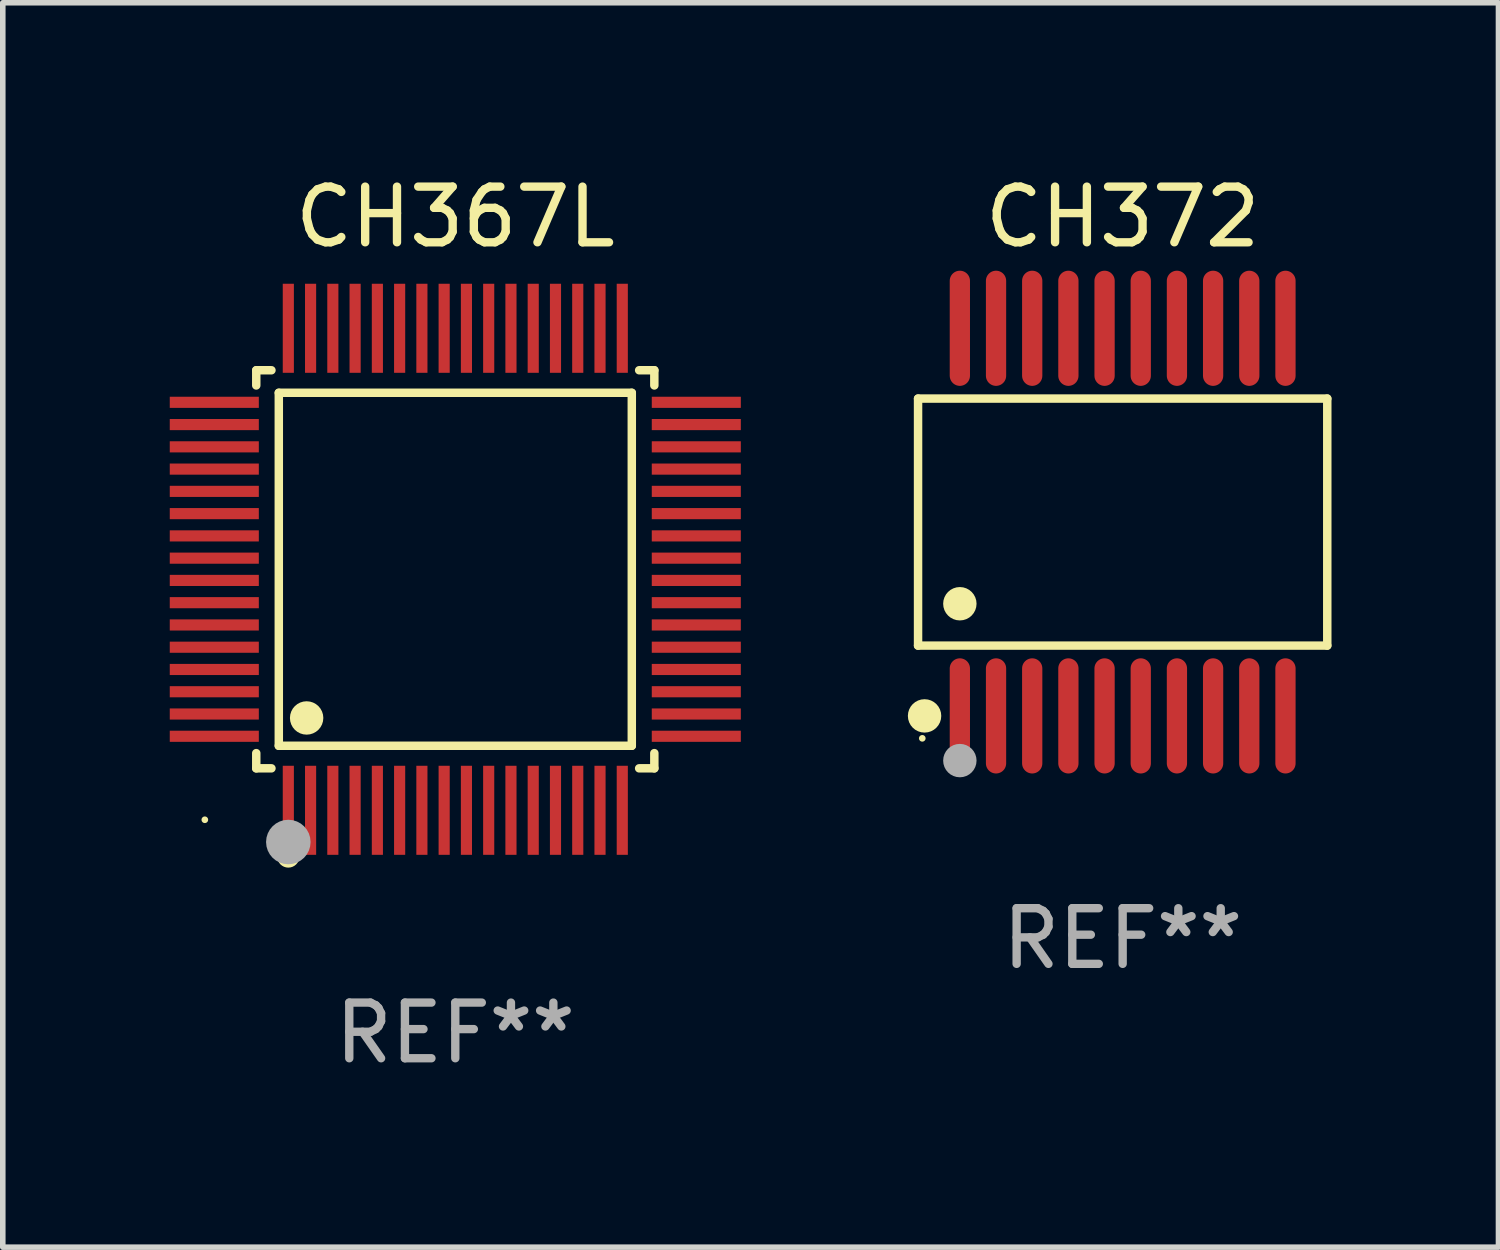
<source format=kicad_pcb>
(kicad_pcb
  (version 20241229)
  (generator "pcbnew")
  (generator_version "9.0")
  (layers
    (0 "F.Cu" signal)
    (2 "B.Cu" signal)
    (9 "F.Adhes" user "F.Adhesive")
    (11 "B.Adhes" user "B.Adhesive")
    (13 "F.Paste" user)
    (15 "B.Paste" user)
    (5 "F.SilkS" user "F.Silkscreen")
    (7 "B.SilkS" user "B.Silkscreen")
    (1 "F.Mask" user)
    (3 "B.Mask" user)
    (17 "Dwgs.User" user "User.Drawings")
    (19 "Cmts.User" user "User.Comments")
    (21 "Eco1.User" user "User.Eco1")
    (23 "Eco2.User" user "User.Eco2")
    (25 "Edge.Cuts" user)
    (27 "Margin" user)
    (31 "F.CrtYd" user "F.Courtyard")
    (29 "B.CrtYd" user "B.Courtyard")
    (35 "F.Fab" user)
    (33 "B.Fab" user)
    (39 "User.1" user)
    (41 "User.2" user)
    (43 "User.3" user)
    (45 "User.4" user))
  (footprint "CH372"
    (layer "F.Cu")
    (at 17.12 6.33)
    (property "Reference" "CH372" (at 0 -5.482 0) (layer "F.SilkS") (effects (font (size 1 1) (thickness 0.15))))
    (attr through_hole)
    (fp_line (start -3.676 -2.219) (end 3.676 -2.219) (stroke (width 0.152) (type solid)) (layer "F.SilkS"))
    (fp_line (start -3.676 2.219) (end -3.676 -2.219) (stroke (width 0.152) (type solid)) (layer "F.SilkS"))
    (fp_line (start 3.676 -2.219) (end 3.676 2.219) (stroke (width 0.152) (type solid)) (layer "F.SilkS"))
    (fp_line (start 3.676 2.219) (end -3.676 2.219) (stroke (width 0.152) (type solid)) (layer "F.SilkS"))
    (fp_circle (center -3.6 3.885) (end -3.57 3.885) (stroke (width 0.06) (type solid)) (fill no) (layer "F.SilkS"))
    (fp_circle (center -3.559 3.482) (end -3.409 3.482) (stroke (width 0.3) (type solid)) (fill no) (layer "F.SilkS"))
    (fp_circle (center -2.925 1.467) (end -2.775 1.467) (stroke (width 0.3) (type solid)) (fill no) (layer "F.SilkS"))
    (fp_circle (center -2.925 4.285) (end -2.775 4.285) (stroke (width 0.3) (type solid)) (fill no) (layer "F.Fab"))
    (fp_text user "REF**" (at 0 7.482 0) (layer "F.Fab") (effects (font (size 1 1) (thickness 0.15))))
    (pad "1" smd oval (at -2.925 3.482) (size 0.364 2.069) (layers "F.Cu" "F.Mask" "F.Paste"))
    (pad "2" smd oval (at -2.275 3.482) (size 0.364 2.069) (layers "F.Cu" "F.Mask" "F.Paste"))
    (pad "3" smd oval (at -1.625 3.482) (size 0.364 2.069) (layers "F.Cu" "F.Mask" "F.Paste"))
    (pad "4" smd oval (at -0.975 3.482) (size 0.364 2.069) (layers "F.Cu" "F.Mask" "F.Paste"))
    (pad "5" smd oval (at -0.325 3.482) (size 0.364 2.069) (layers "F.Cu" "F.Mask" "F.Paste"))
    (pad "6" smd oval (at 0.325 3.482) (size 0.364 2.069) (layers "F.Cu" "F.Mask" "F.Paste"))
    (pad "7" smd oval (at 0.975 3.482) (size 0.364 2.069) (layers "F.Cu" "F.Mask" "F.Paste"))
    (pad "8" smd oval (at 1.625 3.482) (size 0.364 2.069) (layers "F.Cu" "F.Mask" "F.Paste"))
    (pad "9" smd oval (at 2.275 3.482) (size 0.364 2.069) (layers "F.Cu" "F.Mask" "F.Paste"))
    (pad "10" smd oval (at 2.925 3.482) (size 0.364 2.069) (layers "F.Cu" "F.Mask" "F.Paste"))
    (pad "11" smd oval (at 2.925 -3.482) (size 0.364 2.069) (layers "F.Cu" "F.Mask" "F.Paste"))
    (pad "12" smd oval (at 2.275 -3.482) (size 0.364 2.069) (layers "F.Cu" "F.Mask" "F.Paste"))
    (pad "13" smd oval (at 1.625 -3.482) (size 0.364 2.069) (layers "F.Cu" "F.Mask" "F.Paste"))
    (pad "14" smd oval (at 0.975 -3.482) (size 0.364 2.069) (layers "F.Cu" "F.Mask" "F.Paste"))
    (pad "15" smd oval (at 0.325 -3.482) (size 0.364 2.069) (layers "F.Cu" "F.Mask" "F.Paste"))
    (pad "16" smd oval (at -0.325 -3.482) (size 0.364 2.069) (layers "F.Cu" "F.Mask" "F.Paste"))
    (pad "17" smd oval (at -0.975 -3.482) (size 0.364 2.069) (layers "F.Cu" "F.Mask" "F.Paste"))
    (pad "18" smd oval (at -1.625 -3.482) (size 0.364 2.069) (layers "F.Cu" "F.Mask" "F.Paste"))
    (pad "19" smd oval (at -2.275 -3.482) (size 0.364 2.069) (layers "F.Cu" "F.Mask" "F.Paste"))
    (pad "20" smd oval (at -2.925 -3.482) (size 0.364 2.069) (layers "F.Cu" "F.Mask" "F.Paste")))
  (footprint "CH367L"
    (layer "F.Cu")
    (at 5.13 7.178)
    (property "Reference" "CH367L" (at 0 -6.33 0) (layer "F.SilkS") (effects (font (size 1 1) (thickness 0.15))))
    (attr through_hole)
    (fp_line (start -3.576 -3.576) (end -3.303 -3.576) (stroke (width 0.152) (type solid)) (layer "F.SilkS"))
    (fp_line (start -3.576 -3.303) (end -3.576 -3.576) (stroke (width 0.152) (type solid)) (layer "F.SilkS"))
    (fp_line (start -3.576 3.303) (end -3.576 3.576) (stroke (width 0.152) (type solid)) (layer "F.SilkS"))
    (fp_line (start -3.576 3.576) (end -3.303 3.576) (stroke (width 0.152) (type solid)) (layer "F.SilkS"))
    (fp_line (start -3.171 -3.171) (end 3.171 -3.171) (stroke (width 0.152) (type solid)) (layer "F.SilkS"))
    (fp_line (start -3.171 3.171) (end -3.171 -3.171) (stroke (width 0.152) (type solid)) (layer "F.SilkS"))
    (fp_line (start 3.171 -3.171) (end 3.171 3.171) (stroke (width 0.152) (type solid)) (layer "F.SilkS"))
    (fp_line (start 3.171 3.171) (end -3.171 3.171) (stroke (width 0.152) (type solid)) (layer "F.SilkS"))
    (fp_line (start 3.576 -3.576) (end 3.303 -3.576) (stroke (width 0.152) (type solid)) (layer "F.SilkS"))
    (fp_line (start 3.576 -3.303) (end 3.576 -3.576) (stroke (width 0.152) (type solid)) (layer "F.SilkS"))
    (fp_line (start 3.576 3.303) (end 3.576 3.576) (stroke (width 0.152) (type solid)) (layer "F.SilkS"))
    (fp_line (start 3.576 3.576) (end 3.303 3.576) (stroke (width 0.152) (type solid)) (layer "F.SilkS"))
    (fp_circle (center -4.5 4.5) (end -4.47 4.5) (stroke (width 0.06) (type solid)) (fill no) (layer "F.SilkS"))
    (fp_circle (center -3 5.16) (end -2.9 5.16) (stroke (width 0.2) (type solid)) (fill no) (layer "F.SilkS"))
    (fp_circle (center -2.671 2.671) (end -2.521 2.671) (stroke (width 0.3) (type solid)) (fill no) (layer "F.SilkS"))
    (fp_circle (center -3 4.9) (end -2.8 4.9) (stroke (width 0.4) (type solid)) (fill no) (layer "F.Fab"))
    (fp_text user "REF**" (at 0 8.33 0) (layer "F.Fab") (effects (font (size 1 1) (thickness 0.15))))
    (pad "1" smd rect (at -3 4.33) (size 0.2 1.6) (layers "F.Cu" "F.Mask" "F.Paste"))
    (pad "2" smd rect (at -2.6 4.33) (size 0.2 1.6) (layers "F.Cu" "F.Mask" "F.Paste"))
    (pad "3" smd rect (at -2.2 4.33) (size 0.2 1.6) (layers "F.Cu" "F.Mask" "F.Paste"))
    (pad "4" smd rect (at -1.8 4.33) (size 0.2 1.6) (layers "F.Cu" "F.Mask" "F.Paste"))
    (pad "5" smd rect (at -1.4 4.33) (size 0.2 1.6) (layers "F.Cu" "F.Mask" "F.Paste"))
    (pad "6" smd rect (at -1 4.33) (size 0.2 1.6) (layers "F.Cu" "F.Mask" "F.Paste"))
    (pad "7" smd rect (at -0.6 4.33) (size 0.2 1.6) (layers "F.Cu" "F.Mask" "F.Paste"))
    (pad "8" smd rect (at -0.2 4.33) (size 0.2 1.6) (layers "F.Cu" "F.Mask" "F.Paste"))
    (pad "9" smd rect (at 0.2 4.33) (size 0.2 1.6) (layers "F.Cu" "F.Mask" "F.Paste"))
    (pad "10" smd rect (at 0.6 4.33) (size 0.2 1.6) (layers "F.Cu" "F.Mask" "F.Paste"))
    (pad "11" smd rect (at 1 4.33) (size 0.2 1.6) (layers "F.Cu" "F.Mask" "F.Paste"))
    (pad "12" smd rect (at 1.4 4.33) (size 0.2 1.6) (layers "F.Cu" "F.Mask" "F.Paste"))
    (pad "13" smd rect (at 1.8 4.33) (size 0.2 1.6) (layers "F.Cu" "F.Mask" "F.Paste"))
    (pad "14" smd rect (at 2.2 4.33) (size 0.2 1.6) (layers "F.Cu" "F.Mask" "F.Paste"))
    (pad "15" smd rect (at 2.6 4.33) (size 0.2 1.6) (layers "F.Cu" "F.Mask" "F.Paste"))
    (pad "16" smd rect (at 3 4.33) (size 0.2 1.6) (layers "F.Cu" "F.Mask" "F.Paste"))
    (pad "17" smd rect (at 4.33 3) (size 1.6 0.2) (layers "F.Cu" "F.Mask" "F.Paste"))
    (pad "18" smd rect (at 4.33 2.6) (size 1.6 0.2) (layers "F.Cu" "F.Mask" "F.Paste"))
    (pad "19" smd rect (at 4.33 2.2) (size 1.6 0.2) (layers "F.Cu" "F.Mask" "F.Paste"))
    (pad "20" smd rect (at 4.33 1.8) (size 1.6 0.2) (layers "F.Cu" "F.Mask" "F.Paste"))
    (pad "21" smd rect (at 4.33 1.4) (size 1.6 0.2) (layers "F.Cu" "F.Mask" "F.Paste"))
    (pad "22" smd rect (at 4.33 1) (size 1.6 0.2) (layers "F.Cu" "F.Mask" "F.Paste"))
    (pad "23" smd rect (at 4.33 0.6) (size 1.6 0.2) (layers "F.Cu" "F.Mask" "F.Paste"))
    (pad "24" smd rect (at 4.33 0.2) (size 1.6 0.2) (layers "F.Cu" "F.Mask" "F.Paste"))
    (pad "25" smd rect (at 4.33 -0.2) (size 1.6 0.2) (layers "F.Cu" "F.Mask" "F.Paste"))
    (pad "26" smd rect (at 4.33 -0.6) (size 1.6 0.2) (layers "F.Cu" "F.Mask" "F.Paste"))
    (pad "27" smd rect (at 4.33 -1) (size 1.6 0.2) (layers "F.Cu" "F.Mask" "F.Paste"))
    (pad "28" smd rect (at 4.33 -1.4) (size 1.6 0.2) (layers "F.Cu" "F.Mask" "F.Paste"))
    (pad "29" smd rect (at 4.33 -1.8) (size 1.6 0.2) (layers "F.Cu" "F.Mask" "F.Paste"))
    (pad "30" smd rect (at 4.33 -2.2) (size 1.6 0.2) (layers "F.Cu" "F.Mask" "F.Paste"))
    (pad "31" smd rect (at 4.33 -2.6) (size 1.6 0.2) (layers "F.Cu" "F.Mask" "F.Paste"))
    (pad "32" smd rect (at 4.33 -3) (size 1.6 0.2) (layers "F.Cu" "F.Mask" "F.Paste"))
    (pad "33" smd rect (at 3 -4.33) (size 0.2 1.6) (layers "F.Cu" "F.Mask" "F.Paste"))
    (pad "34" smd rect (at 2.6 -4.33) (size 0.2 1.6) (layers "F.Cu" "F.Mask" "F.Paste"))
    (pad "35" smd rect (at 2.2 -4.33) (size 0.2 1.6) (layers "F.Cu" "F.Mask" "F.Paste"))
    (pad "36" smd rect (at 1.8 -4.33) (size 0.2 1.6) (layers "F.Cu" "F.Mask" "F.Paste"))
    (pad "37" smd rect (at 1.4 -4.33) (size 0.2 1.6) (layers "F.Cu" "F.Mask" "F.Paste"))
    (pad "38" smd rect (at 1 -4.33) (size 0.2 1.6) (layers "F.Cu" "F.Mask" "F.Paste"))
    (pad "39" smd rect (at 0.6 -4.33) (size 0.2 1.6) (layers "F.Cu" "F.Mask" "F.Paste"))
    (pad "40" smd rect (at 0.2 -4.33) (size 0.2 1.6) (layers "F.Cu" "F.Mask" "F.Paste"))
    (pad "41" smd rect (at -0.2 -4.33) (size 0.2 1.6) (layers "F.Cu" "F.Mask" "F.Paste"))
    (pad "42" smd rect (at -0.6 -4.33) (size 0.2 1.6) (layers "F.Cu" "F.Mask" "F.Paste"))
    (pad "43" smd rect (at -1 -4.33) (size 0.2 1.6) (layers "F.Cu" "F.Mask" "F.Paste"))
    (pad "44" smd rect (at -1.4 -4.33) (size 0.2 1.6) (layers "F.Cu" "F.Mask" "F.Paste"))
    (pad "45" smd rect (at -1.8 -4.33) (size 0.2 1.6) (layers "F.Cu" "F.Mask" "F.Paste"))
    (pad "46" smd rect (at -2.2 -4.33) (size 0.2 1.6) (layers "F.Cu" "F.Mask" "F.Paste"))
    (pad "47" smd rect (at -2.6 -4.33) (size 0.2 1.6) (layers "F.Cu" "F.Mask" "F.Paste"))
    (pad "48" smd rect (at -3 -4.33) (size 0.2 1.6) (layers "F.Cu" "F.Mask" "F.Paste"))
    (pad "49" smd rect (at -4.33 -3) (size 1.6 0.2) (layers "F.Cu" "F.Mask" "F.Paste"))
    (pad "50" smd rect (at -4.33 -2.6) (size 1.6 0.2) (layers "F.Cu" "F.Mask" "F.Paste"))
    (pad "51" smd rect (at -4.33 -2.2) (size 1.6 0.2) (layers "F.Cu" "F.Mask" "F.Paste"))
    (pad "52" smd rect (at -4.33 -1.8) (size 1.6 0.2) (layers "F.Cu" "F.Mask" "F.Paste"))
    (pad "53" smd rect (at -4.33 -1.4) (size 1.6 0.2) (layers "F.Cu" "F.Mask" "F.Paste"))
    (pad "54" smd rect (at -4.33 -1) (size 1.6 0.2) (layers "F.Cu" "F.Mask" "F.Paste"))
    (pad "55" smd rect (at -4.33 -0.6) (size 1.6 0.2) (layers "F.Cu" "F.Mask" "F.Paste"))
    (pad "56" smd rect (at -4.33 -0.2) (size 1.6 0.2) (layers "F.Cu" "F.Mask" "F.Paste"))
    (pad "57" smd rect (at -4.33 0.2) (size 1.6 0.2) (layers "F.Cu" "F.Mask" "F.Paste"))
    (pad "58" smd rect (at -4.33 0.6) (size 1.6 0.2) (layers "F.Cu" "F.Mask" "F.Paste"))
    (pad "59" smd rect (at -4.33 1) (size 1.6 0.2) (layers "F.Cu" "F.Mask" "F.Paste"))
    (pad "60" smd rect (at -4.33 1.4) (size 1.6 0.2) (layers "F.Cu" "F.Mask" "F.Paste"))
    (pad "61" smd rect (at -4.33 1.8) (size 1.6 0.2) (layers "F.Cu" "F.Mask" "F.Paste"))
    (pad "62" smd rect (at -4.33 2.2) (size 1.6 0.2) (layers "F.Cu" "F.Mask" "F.Paste"))
    (pad "63" smd rect (at -4.33 2.6) (size 1.6 0.2) (layers "F.Cu" "F.Mask" "F.Paste"))
    (pad "64" smd rect (at -4.33 3) (size 1.6 0.2) (layers "F.Cu" "F.Mask" "F.Paste")))
  (gr_rect
    (start -3 -3)
    (end 23.872 19.357)
    (stroke (width 0.1) (type default))
    (fill no)
    (layer "Edge.Cuts")))
</source>
